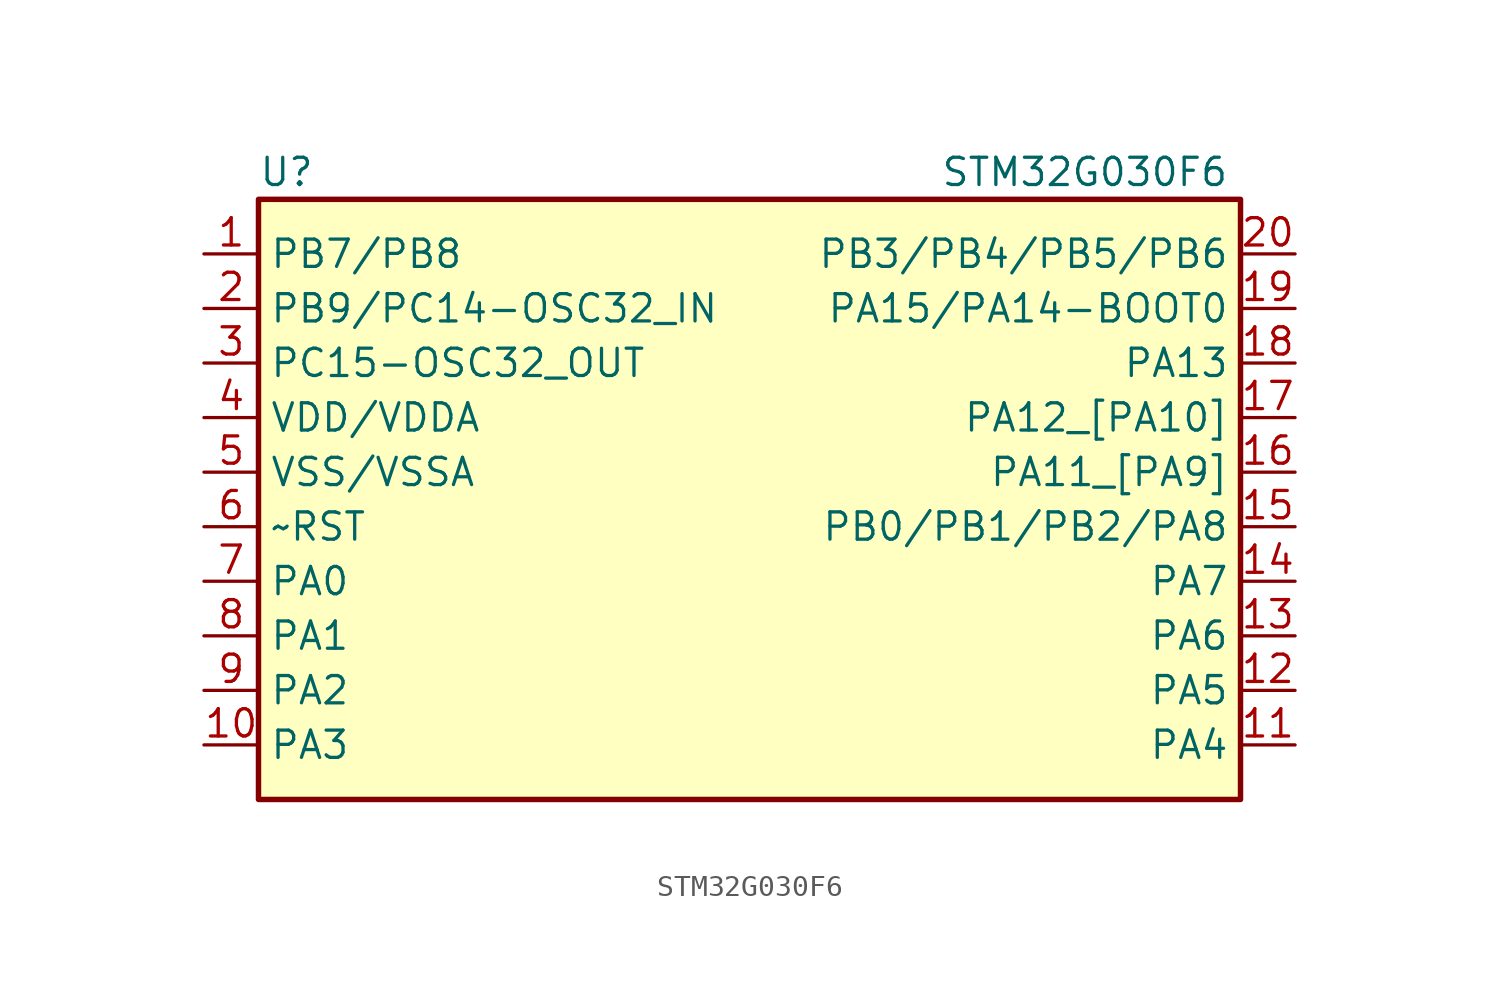
<source format=kicad_sym>
(kicad_symbol_lib
  (version 20211014)
  (generator kicad_symbol_editor)
  (symbol "STM32G030F6"
    (property "Reference" "U"
      (at -22.86 15.24 0)
      (effects (font (size 1.27 1.27)) (justify left)))
    (property "Value" "STM32G030F6"
      (at 8.89 15.24 0)
      (effects (font (size 1.27 1.27)) (justify left)))
    (symbol "STM32G030F6_0_1"
      (rectangle (start -22.86 13.97) (end 22.86 -13.97) (stroke (width 0.254) (type default) (color 0 0 0 0)) (fill (type background))))
    (symbol "STM32G030F6_1_1"
      (pin bidirectional line (at -25.4 11.43 0) (length 2.54) (name "PB7/PB8" (effects (font (size 1.27 1.27)))) (number "1" (effects (font (size 1.27 1.27)))))
      (pin bidirectional line (at -25.4 -11.43 0) (length 2.54) (name "PA3" (effects (font (size 1.27 1.27)))) (number "10" (effects (font (size 1.27 1.27)))))
      (pin bidirectional line (at 25.4 -11.43 180) (length 2.54) (name "PA4" (effects (font (size 1.27 1.27)))) (number "11" (effects (font (size 1.27 1.27)))))
      (pin bidirectional line (at 25.4 -8.89 180) (length 2.54) (name "PA5" (effects (font (size 1.27 1.27)))) (number "12" (effects (font (size 1.27 1.27)))))
      (pin bidirectional line (at 25.4 -6.35 180) (length 2.54) (name "PA6" (effects (font (size 1.27 1.27)))) (number "13" (effects (font (size 1.27 1.27)))))
      (pin bidirectional line (at 25.4 -3.81 180) (length 2.54) (name "PA7" (effects (font (size 1.27 1.27)))) (number "14" (effects (font (size 1.27 1.27)))))
      (pin bidirectional line (at 25.4 -1.27 180) (length 2.54) (name "PB0/PB1/PB2/PA8" (effects (font (size 1.27 1.27)))) (number "15" (effects (font (size 1.27 1.27)))))
      (pin bidirectional line (at 25.4 1.27 180) (length 2.54) (name "PA11_[PA9]" (effects (font (size 1.27 1.27)))) (number "16" (effects (font (size 1.27 1.27)))))
      (pin bidirectional line (at 25.4 3.81 180) (length 2.54) (name "PA12_[PA10]" (effects (font (size 1.27 1.27)))) (number "17" (effects (font (size 1.27 1.27)))))
      (pin bidirectional line (at 25.4 6.35 180) (length 2.54) (name "PA13" (effects (font (size 1.27 1.27)))) (number "18" (effects (font (size 1.27 1.27)))))
      (pin bidirectional line (at 25.4 8.89 180) (length 2.54) (name "PA15/PA14-BOOT0" (effects (font (size 1.27 1.27)))) (number "19" (effects (font (size 1.27 1.27)))))
      (pin bidirectional line (at -25.4 8.89 0) (length 2.54) (name "PB9/PC14-OSC32_IN" (effects (font (size 1.27 1.27)))) (number "2" (effects (font (size 1.27 1.27)))))
      (pin bidirectional line (at 25.4 11.43 180) (length 2.54) (name "PB3/PB4/PB5/PB6" (effects (font (size 1.27 1.27)))) (number "20" (effects (font (size 1.27 1.27)))))
      (pin bidirectional line (at -25.4 6.35 0) (length 2.54) (name "PC15-OSC32_OUT" (effects (font (size 1.27 1.27)))) (number "3" (effects (font (size 1.27 1.27)))))
      (pin power_in line (at -25.4 3.81 0) (length 2.54) (name "VDD/VDDA" (effects (font (size 1.27 1.27)))) (number "4" (effects (font (size 1.27 1.27)))))
      (pin power_in line (at -25.4 1.27 0) (length 2.54) (name "VSS/VSSA" (effects (font (size 1.27 1.27)))) (number "5" (effects (font (size 1.27 1.27)))))
      (pin bidirectional line (at -25.4 -1.27 0) (length 2.54) (name "~RST" (effects (font (size 1.27 1.27)))) (number "6" (effects (font (size 1.27 1.27)))))
      (pin bidirectional line (at -25.4 -3.81 0) (length 2.54) (name "PA0" (effects (font (size 1.27 1.27)))) (number "7" (effects (font (size 1.27 1.27)))))
      (pin bidirectional line (at -25.4 -6.35 0) (length 2.54) (name "PA1" (effects (font (size 1.27 1.27)))) (number "8" (effects (font (size 1.27 1.27)))))
      (pin bidirectional line (at -25.4 -8.89 0) (length 2.54) (name "PA2" (effects (font (size 1.27 1.27)))) (number "9" (effects (font (size 1.27 1.27))))))))
</source>
